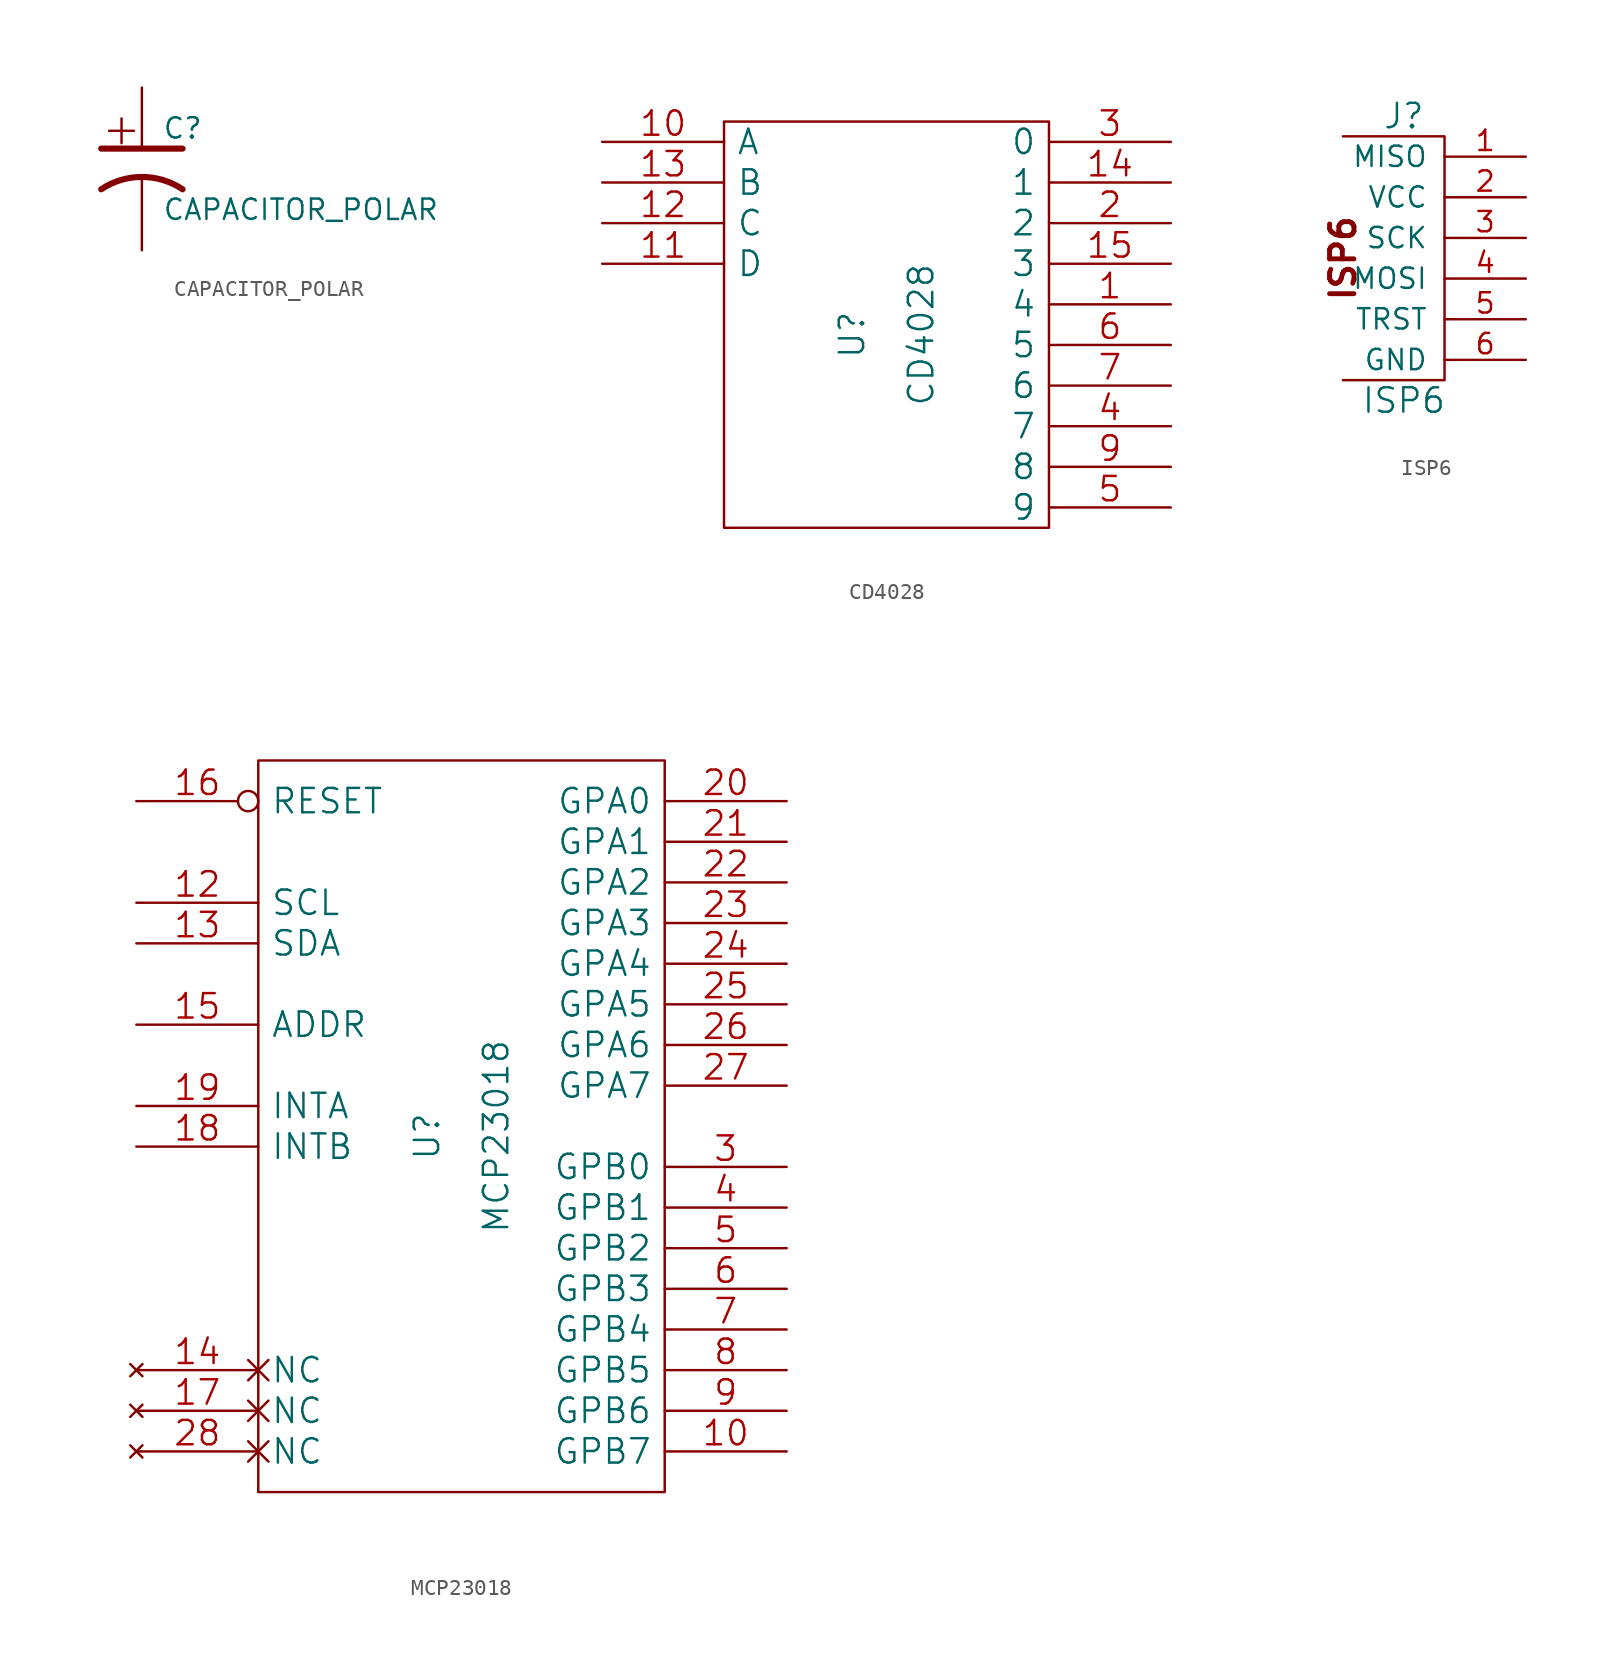
<source format=kicad_sym>
(kicad_symbol_lib
  (version 20220914)
  (generator kicad_symbol_editor)
  (symbol "CAPACITOR_POLAR"
    (pin_numbers hide)
    (pin_names
      (offset 0.254) hide)
    (property "Reference" "C"
      (at 1.27 2.54 0)
      (effects (font (size 1.27 1.27)) (justify left)))
    (property "Value" "CAPACITOR_POLAR"
      (at 1.27 -2.54 0)
      (effects (font (size 1.27 1.27)) (justify left)))
    (symbol "CAPACITOR_POLAR_0_0"
      (text "+" (at -1.27 2.54 0) (effects (font (size 2.032 2.032)))))
    (symbol "CAPACITOR_POLAR_0_1"
      (polyline (pts (xy -2.54 1.27) (xy 2.54 1.27) (xy 1.27 1.27) (xy 1.27 1.27)) (stroke (width 0.381) (type solid)) (fill (type none)))
      (arc (start 2.54 -1.27) (mid 0 -0.5009) (end -2.54 -1.27) (stroke (width 0.381) (type solid)) (fill (type none))))
    (symbol "CAPACITOR_POLAR_1_1"
      (pin passive line (at 0 5.08 270) (length 3.81) (name "~" (effects (font (size 1.016 1.016)))) (number "1" (effects (font (size 1.016 1.016)))))
      (pin passive line (at 0 -5.08 90) (length 4.572) (name "~" (effects (font (size 1.016 1.016)))) (number "2" (effects (font (size 1.016 1.016)))))))
  (symbol "CD4028"
    (pin_names
      (offset 0.762))
    (property "Reference" "U"
      (at -1.27 -0.635 90)
      (effects (font (size 1.524 1.524)) (justify bottom)))
    (property "Value" "CD4028"
      (at 1.27 -0.635 90)
      (effects (font (size 1.524 1.524)) (justify top)))
    (symbol "CD4028_0_1"
      (rectangle (start -10.16 12.7) (end 10.16 -12.7) (stroke (width 0) (type solid)) (fill (type none))))
    (symbol "CD4028_1_1"
      (pin output line (at 17.78 1.27 180) (length 7.62) (name "4" (effects (font (size 1.524 1.524)))) (number "1" (effects (font (size 1.524 1.524)))))
      (pin input line (at -17.78 11.43 0) (length 7.62) (name "A" (effects (font (size 1.524 1.524)))) (number "10" (effects (font (size 1.524 1.524)))))
      (pin input line (at -17.78 3.81 0) (length 7.62) (name "D" (effects (font (size 1.524 1.524)))) (number "11" (effects (font (size 1.524 1.524)))))
      (pin input line (at -17.78 6.35 0) (length 7.62) (name "C" (effects (font (size 1.524 1.524)))) (number "12" (effects (font (size 1.524 1.524)))))
      (pin input line (at -17.78 8.89 0) (length 7.62) (name "B" (effects (font (size 1.524 1.524)))) (number "13" (effects (font (size 1.524 1.524)))))
      (pin output line (at 17.78 8.89 180) (length 7.62) (name "1" (effects (font (size 1.524 1.524)))) (number "14" (effects (font (size 1.524 1.524)))))
      (pin output line (at 17.78 3.81 180) (length 7.62) (name "3" (effects (font (size 1.524 1.524)))) (number "15" (effects (font (size 1.524 1.524)))))
      (pin power_in line (at 0 12.7 270) (length 0) hide (name "VCC" (effects (font (size 1.524 1.524)))) (number "16" (effects (font (size 1.524 1.524)))))
      (pin output line (at 17.78 6.35 180) (length 7.62) (name "2" (effects (font (size 1.524 1.524)))) (number "2" (effects (font (size 1.524 1.524)))))
      (pin output line (at 17.78 11.43 180) (length 7.62) (name "0" (effects (font (size 1.524 1.524)))) (number "3" (effects (font (size 1.524 1.524)))))
      (pin output line (at 17.78 -6.35 180) (length 7.62) (name "7" (effects (font (size 1.524 1.524)))) (number "4" (effects (font (size 1.524 1.524)))))
      (pin output line (at 17.78 -11.43 180) (length 7.62) (name "9" (effects (font (size 1.524 1.524)))) (number "5" (effects (font (size 1.524 1.524)))))
      (pin output line (at 17.78 -1.27 180) (length 7.62) (name "5" (effects (font (size 1.524 1.524)))) (number "6" (effects (font (size 1.524 1.524)))))
      (pin output line (at 17.78 -3.81 180) (length 7.62) (name "6" (effects (font (size 1.524 1.524)))) (number "7" (effects (font (size 1.524 1.524)))))
      (pin power_in line (at 0 -12.7 90) (length 0) hide (name "GND" (effects (font (size 1.524 1.524)))) (number "8" (effects (font (size 1.524 1.524)))))
      (pin output line (at 17.78 -8.89 180) (length 7.62) (name "8" (effects (font (size 1.524 1.524)))) (number "9" (effects (font (size 1.524 1.524)))))))
  (symbol "ISP6"
    (pin_names
      (offset 1.016))
    (property "Reference" "J"
      (at -2.54 8.89 0)
      (effects (font (size 1.524 1.524))))
    (property "Value" "ISP6"
      (at -2.54 -8.89 0)
      (effects (font (size 1.524 1.524))))
    (symbol "ISP6_0_0"
      (polyline (pts (xy -6.35 -7.62) (xy 0 -7.62) (xy 0 7.62) (xy -6.35 7.62)) (stroke (width 0) (type solid)) (fill (type none)))
      (text "ISP6" (at -6.35 0 900) (effects (font (size 1.524 1.524) bold))))
    (symbol "ISP6_1_1"
      (pin output line (at 5.08 6.35 180) (length 5.08) (name "MISO" (effects (font (size 1.27 1.27)))) (number "1" (effects (font (size 1.27 1.27)))))
      (pin power_in line (at 5.08 3.81 180) (length 5.08) (name "VCC" (effects (font (size 1.27 1.27)))) (number "2" (effects (font (size 1.27 1.27)))))
      (pin output line (at 5.08 1.27 180) (length 5.08) (name "SCK" (effects (font (size 1.27 1.27)))) (number "3" (effects (font (size 1.27 1.27)))))
      (pin input line (at 5.08 -1.27 180) (length 5.08) (name "MOSI" (effects (font (size 1.27 1.27)))) (number "4" (effects (font (size 1.27 1.27)))))
      (pin input line (at 5.08 -3.81 180) (length 5.08) (name "TRST" (effects (font (size 1.27 1.27)))) (number "5" (effects (font (size 1.27 1.27)))))
      (pin power_in line (at 5.08 -6.35 180) (length 5.08) (name "GND" (effects (font (size 1.27 1.27)))) (number "6" (effects (font (size 1.27 1.27)))))))
  (symbol "MCP23018"
    (pin_names
      (offset 0.762))
    (property "Reference" "U"
      (at -1.27 -0.635 90)
      (effects (font (size 1.524 1.524)) (justify bottom)))
    (property "Value" "MCP23018"
      (at 1.27 -0.635 90)
      (effects (font (size 1.524 1.524)) (justify top)))
    (symbol "MCP23018_0_1"
      (rectangle (start -12.7 22.86) (end 12.7 -22.86) (stroke (width 0) (type solid)) (fill (type none))))
    (symbol "MCP23018_1_1"
      (pin power_in line (at 0 -22.86 90) (length 0) hide (name "GND" (effects (font (size 1.524 1.524)))) (number "1" (effects (font (size 1.524 1.524)))))
      (pin input line (at 20.32 -20.32 180) (length 7.62) (name "GPB7" (effects (font (size 1.524 1.524)))) (number "10" (effects (font (size 1.524 1.524)))))
      (pin power_in line (at 0 22.86 270) (length 0) hide (name "VCC" (effects (font (size 1.524 1.524)))) (number "11" (effects (font (size 1.524 1.524)))))
      (pin input line (at -20.32 13.97 0) (length 7.62) (name "SCL" (effects (font (size 1.524 1.524)))) (number "12" (effects (font (size 1.524 1.524)))))
      (pin input line (at -20.32 11.43 0) (length 7.62) (name "SDA" (effects (font (size 1.524 1.524)))) (number "13" (effects (font (size 1.524 1.524)))))
      (pin no_connect non_logic (at -20.32 -15.24 0) (length 7.62) (name "NC" (effects (font (size 1.524 1.524)))) (number "14" (effects (font (size 1.524 1.524)))))
      (pin output line (at -20.32 6.35 0) (length 7.62) (name "ADDR" (effects (font (size 1.524 1.524)))) (number "15" (effects (font (size 1.524 1.524)))))
      (pin input inverted (at -20.32 20.32 0) (length 7.62) (name "RESET" (effects (font (size 1.524 1.524)))) (number "16" (effects (font (size 1.524 1.524)))))
      (pin no_connect non_logic (at -20.32 -17.78 0) (length 7.62) (name "NC" (effects (font (size 1.524 1.524)))) (number "17" (effects (font (size 1.524 1.524)))))
      (pin input line (at -20.32 -1.27 0) (length 7.62) (name "INTB" (effects (font (size 1.524 1.524)))) (number "18" (effects (font (size 1.524 1.524)))))
      (pin input line (at -20.32 1.27 0) (length 7.62) (name "INTA" (effects (font (size 1.524 1.524)))) (number "19" (effects (font (size 1.524 1.524)))))
      (pin input line (at 20.32 20.32 180) (length 7.62) (name "GPA0" (effects (font (size 1.524 1.524)))) (number "20" (effects (font (size 1.524 1.524)))))
      (pin input line (at 20.32 17.78 180) (length 7.62) (name "GPA1" (effects (font (size 1.524 1.524)))) (number "21" (effects (font (size 1.524 1.524)))))
      (pin input line (at 20.32 15.24 180) (length 7.62) (name "GPA2" (effects (font (size 1.524 1.524)))) (number "22" (effects (font (size 1.524 1.524)))))
      (pin input line (at 20.32 12.7 180) (length 7.62) (name "GPA3" (effects (font (size 1.524 1.524)))) (number "23" (effects (font (size 1.524 1.524)))))
      (pin input line (at 20.32 10.16 180) (length 7.62) (name "GPA4" (effects (font (size 1.524 1.524)))) (number "24" (effects (font (size 1.524 1.524)))))
      (pin input line (at 20.32 7.62 180) (length 7.62) (name "GPA5" (effects (font (size 1.524 1.524)))) (number "25" (effects (font (size 1.524 1.524)))))
      (pin input line (at 20.32 5.08 180) (length 7.62) (name "GPA6" (effects (font (size 1.524 1.524)))) (number "26" (effects (font (size 1.524 1.524)))))
      (pin input line (at 20.32 2.54 180) (length 7.62) (name "GPA7" (effects (font (size 1.524 1.524)))) (number "27" (effects (font (size 1.524 1.524)))))
      (pin no_connect non_logic (at -20.32 -20.32 0) (length 7.62) (name "NC" (effects (font (size 1.524 1.524)))) (number "28" (effects (font (size 1.524 1.524)))))
      (pin output line (at 20.32 -2.54 180) (length 7.62) (name "GPB0" (effects (font (size 1.524 1.524)))) (number "3" (effects (font (size 1.524 1.524)))))
      (pin output line (at 20.32 -5.08 180) (length 7.62) (name "GPB1" (effects (font (size 1.524 1.524)))) (number "4" (effects (font (size 1.524 1.524)))))
      (pin output line (at 20.32 -7.62 180) (length 7.62) (name "GPB2" (effects (font (size 1.524 1.524)))) (number "5" (effects (font (size 1.524 1.524)))))
      (pin output line (at 20.32 -10.16 180) (length 7.62) (name "GPB3" (effects (font (size 1.524 1.524)))) (number "6" (effects (font (size 1.524 1.524)))))
      (pin output line (at 20.32 -12.7 180) (length 7.62) (name "GPB4" (effects (font (size 1.524 1.524)))) (number "7" (effects (font (size 1.524 1.524)))))
      (pin output line (at 20.32 -15.24 180) (length 7.62) (name "GPB5" (effects (font (size 1.524 1.524)))) (number "8" (effects (font (size 1.524 1.524)))))
      (pin output line (at 20.32 -17.78 180) (length 7.62) (name "GPB6" (effects (font (size 1.524 1.524)))) (number "9" (effects (font (size 1.524 1.524))))))))
</source>
